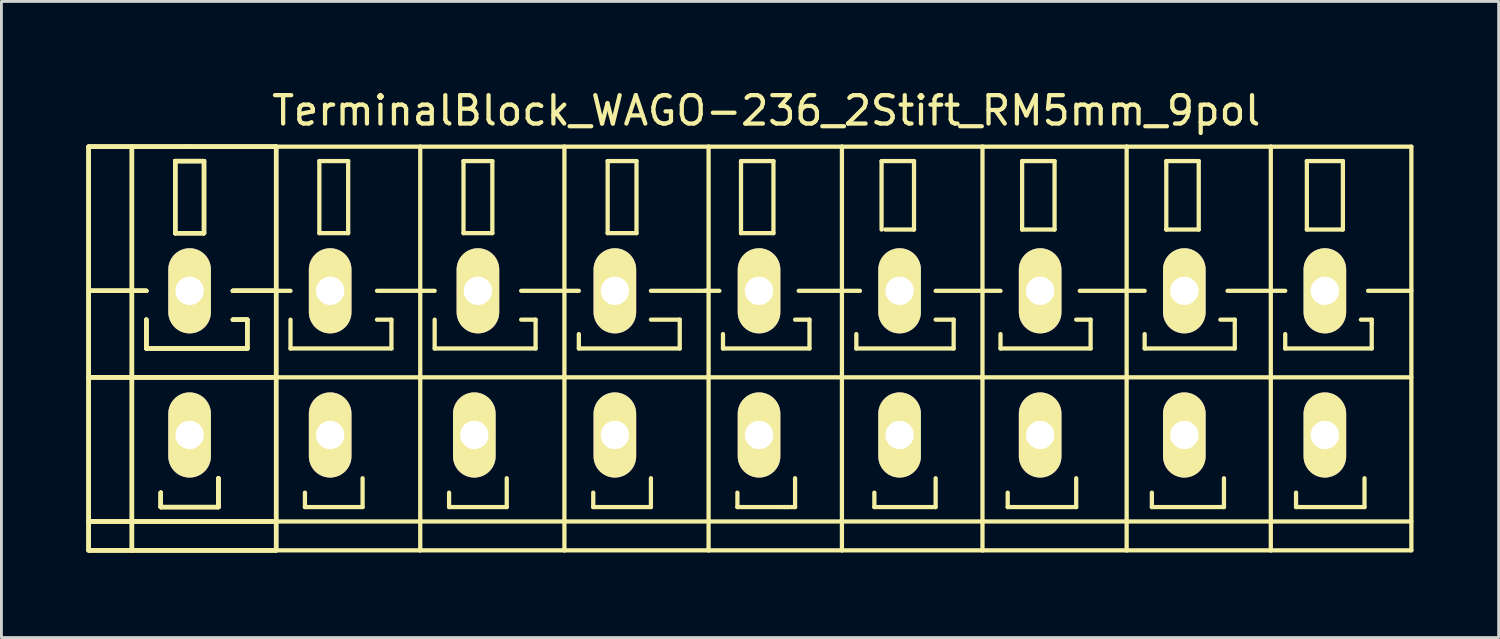
<source format=kicad_pcb>
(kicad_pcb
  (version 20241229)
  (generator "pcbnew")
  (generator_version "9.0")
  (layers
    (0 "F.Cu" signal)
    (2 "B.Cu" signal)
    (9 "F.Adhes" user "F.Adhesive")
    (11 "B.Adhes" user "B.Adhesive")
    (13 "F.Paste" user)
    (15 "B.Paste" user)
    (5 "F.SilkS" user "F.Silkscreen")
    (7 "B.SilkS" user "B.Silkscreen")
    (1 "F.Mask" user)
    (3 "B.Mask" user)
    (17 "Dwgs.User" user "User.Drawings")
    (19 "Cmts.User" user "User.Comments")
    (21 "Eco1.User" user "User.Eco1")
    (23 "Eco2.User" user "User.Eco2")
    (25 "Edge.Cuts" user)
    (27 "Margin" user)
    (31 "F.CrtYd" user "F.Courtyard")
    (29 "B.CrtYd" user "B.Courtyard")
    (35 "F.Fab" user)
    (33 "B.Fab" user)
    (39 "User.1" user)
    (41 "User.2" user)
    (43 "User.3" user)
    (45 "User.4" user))
  (footprint "TerminalBlock_WAGO-236_2Stift_RM5mm_9pol"
    (layer "F.Cu")
    (at 23.951 9.738)
    (property "Reference" "TerminalBlock_WAGO-236_2Stift_RM5mm_9pol" (at 0 -8.89 0) (layer "F.SilkS") (effects (font (size 1 1) (thickness 0.15))))
    (attr through_hole)
    (fp_line (start -23.876 -7.62) (end -22.352 -7.62) (stroke (width 0.15) (type solid)) (layer "F.SilkS"))
    (fp_line (start -23.876 -7.62) (end -22.352 -7.62) (stroke (width 0.15) (type solid)) (layer "F.SilkS"))
    (fp_line (start -23.876 -7.62) (end -22.352 -7.62) (stroke (width 0.15) (type solid)) (layer "F.SilkS"))
    (fp_line (start -23.876 -7.62) (end -22.352 -7.62) (stroke (width 0.15) (type solid)) (layer "F.SilkS"))
    (fp_line (start -23.876 -2.54) (end -21.844 -2.54) (stroke (width 0.15) (type solid)) (layer "F.SilkS"))
    (fp_line (start -23.876 -2.54) (end -21.844 -2.54) (stroke (width 0.15) (type solid)) (layer "F.SilkS"))
    (fp_line (start -23.876 -2.54) (end -21.844 -2.54) (stroke (width 0.15) (type solid)) (layer "F.SilkS"))
    (fp_line (start -23.876 -2.54) (end -21.844 -2.54) (stroke (width 0.15) (type solid)) (layer "F.SilkS"))
    (fp_line (start -23.876 0.508) (end -17.272 0.508) (stroke (width 0.15) (type solid)) (layer "F.SilkS"))
    (fp_line (start -23.876 0.508) (end -17.272 0.508) (stroke (width 0.15) (type solid)) (layer "F.SilkS"))
    (fp_line (start -23.876 0.508) (end -17.272 0.508) (stroke (width 0.15) (type solid)) (layer "F.SilkS"))
    (fp_line (start -23.876 0.508) (end -17.272 0.508) (stroke (width 0.15) (type solid)) (layer "F.SilkS"))
    (fp_line (start -23.876 5.588) (end -17.272 5.588) (stroke (width 0.15) (type solid)) (layer "F.SilkS"))
    (fp_line (start -23.876 5.588) (end -17.272 5.588) (stroke (width 0.15) (type solid)) (layer "F.SilkS"))
    (fp_line (start -23.876 5.588) (end -17.272 5.588) (stroke (width 0.15) (type solid)) (layer "F.SilkS"))
    (fp_line (start -23.876 5.588) (end -17.272 5.588) (stroke (width 0.15) (type solid)) (layer "F.SilkS"))
    (fp_line (start -23.876 6.604) (end -23.876 -7.62) (stroke (width 0.15) (type solid)) (layer "F.SilkS"))
    (fp_line (start -23.876 6.604) (end -23.876 -7.62) (stroke (width 0.15) (type solid)) (layer "F.SilkS"))
    (fp_line (start -23.876 6.604) (end -23.876 -7.62) (stroke (width 0.15) (type solid)) (layer "F.SilkS"))
    (fp_line (start -23.876 6.604) (end -23.876 -7.62) (stroke (width 0.15) (type solid)) (layer "F.SilkS"))
    (fp_line (start -22.352 -7.62) (end -20.32 -7.62) (stroke (width 0.15) (type solid)) (layer "F.SilkS"))
    (fp_line (start -22.352 -7.62) (end -20.32 -7.62) (stroke (width 0.15) (type solid)) (layer "F.SilkS"))
    (fp_line (start -22.352 -7.62) (end -20.32 -7.62) (stroke (width 0.15) (type solid)) (layer "F.SilkS"))
    (fp_line (start -22.352 -7.62) (end -20.32 -7.62) (stroke (width 0.15) (type solid)) (layer "F.SilkS"))
    (fp_line (start -22.352 6.604) (end -23.876 6.604) (stroke (width 0.15) (type solid)) (layer "F.SilkS"))
    (fp_line (start -22.352 6.604) (end -23.876 6.604) (stroke (width 0.15) (type solid)) (layer "F.SilkS"))
    (fp_line (start -22.352 6.604) (end -23.876 6.604) (stroke (width 0.15) (type solid)) (layer "F.SilkS"))
    (fp_line (start -22.352 6.604) (end -23.876 6.604) (stroke (width 0.15) (type solid)) (layer "F.SilkS"))
    (fp_line (start -22.352 6.604) (end -22.352 -7.62) (stroke (width 0.15) (type solid)) (layer "F.SilkS"))
    (fp_line (start -22.352 6.604) (end -22.352 -7.62) (stroke (width 0.15) (type solid)) (layer "F.SilkS"))
    (fp_line (start -22.352 6.604) (end -22.352 -7.62) (stroke (width 0.15) (type solid)) (layer "F.SilkS"))
    (fp_line (start -22.352 6.604) (end -22.352 -7.62) (stroke (width 0.15) (type solid)) (layer "F.SilkS"))
    (fp_line (start -21.844 -1.524) (end -21.844 -0.508) (stroke (width 0.15) (type solid)) (layer "F.SilkS"))
    (fp_line (start -21.844 -1.524) (end -21.844 -0.508) (stroke (width 0.15) (type solid)) (layer "F.SilkS"))
    (fp_line (start -21.844 -1.524) (end -21.844 -0.508) (stroke (width 0.15) (type solid)) (layer "F.SilkS"))
    (fp_line (start -21.844 -1.524) (end -21.844 -0.508) (stroke (width 0.15) (type solid)) (layer "F.SilkS"))
    (fp_line (start -21.844 -0.508) (end -18.288 -0.508) (stroke (width 0.15) (type solid)) (layer "F.SilkS"))
    (fp_line (start -21.844 -0.508) (end -18.288 -0.508) (stroke (width 0.15) (type solid)) (layer "F.SilkS"))
    (fp_line (start -21.844 -0.508) (end -18.288 -0.508) (stroke (width 0.15) (type solid)) (layer "F.SilkS"))
    (fp_line (start -21.844 -0.508) (end -18.288 -0.508) (stroke (width 0.15) (type solid)) (layer "F.SilkS"))
    (fp_line (start -21.336 4.572) (end -21.336 5.08) (stroke (width 0.15) (type solid)) (layer "F.SilkS"))
    (fp_line (start -21.336 4.572) (end -21.336 5.08) (stroke (width 0.15) (type solid)) (layer "F.SilkS"))
    (fp_line (start -21.336 4.572) (end -21.336 5.08) (stroke (width 0.15) (type solid)) (layer "F.SilkS"))
    (fp_line (start -21.336 4.572) (end -21.336 5.08) (stroke (width 0.15) (type solid)) (layer "F.SilkS"))
    (fp_line (start -21.336 5.08) (end -19.304 5.08) (stroke (width 0.15) (type solid)) (layer "F.SilkS"))
    (fp_line (start -21.336 5.08) (end -19.304 5.08) (stroke (width 0.15) (type solid)) (layer "F.SilkS"))
    (fp_line (start -21.336 5.08) (end -19.304 5.08) (stroke (width 0.15) (type solid)) (layer "F.SilkS"))
    (fp_line (start -21.336 5.08) (end -19.304 5.08) (stroke (width 0.15) (type solid)) (layer "F.SilkS"))
    (fp_line (start -20.828 -7.112) (end -19.812 -7.112) (stroke (width 0.15) (type solid)) (layer "F.SilkS"))
    (fp_line (start -20.828 -7.112) (end -19.812 -7.112) (stroke (width 0.15) (type solid)) (layer "F.SilkS"))
    (fp_line (start -20.828 -7.112) (end -19.812 -7.112) (stroke (width 0.15) (type solid)) (layer "F.SilkS"))
    (fp_line (start -20.828 -7.112) (end -19.812 -7.112) (stroke (width 0.15) (type solid)) (layer "F.SilkS"))
    (fp_line (start -20.828 -4.572) (end -20.828 -7.112) (stroke (width 0.15) (type solid)) (layer "F.SilkS"))
    (fp_line (start -20.828 -4.572) (end -20.828 -7.112) (stroke (width 0.15) (type solid)) (layer "F.SilkS"))
    (fp_line (start -20.828 -4.572) (end -20.828 -7.112) (stroke (width 0.15) (type solid)) (layer "F.SilkS"))
    (fp_line (start -20.828 -4.572) (end -20.828 -7.112) (stroke (width 0.15) (type solid)) (layer "F.SilkS"))
    (fp_line (start -20.32 -7.62) (end -17.272 -7.62) (stroke (width 0.15) (type solid)) (layer "F.SilkS"))
    (fp_line (start -20.32 -7.62) (end -17.272 -7.62) (stroke (width 0.15) (type solid)) (layer "F.SilkS"))
    (fp_line (start -20.32 -7.62) (end -17.272 -7.62) (stroke (width 0.15) (type solid)) (layer "F.SilkS"))
    (fp_line (start -20.32 -7.62) (end -17.272 -7.62) (stroke (width 0.15) (type solid)) (layer "F.SilkS"))
    (fp_line (start -19.812 -7.112) (end -19.812 -4.572) (stroke (width 0.15) (type solid)) (layer "F.SilkS"))
    (fp_line (start -19.812 -7.112) (end -19.812 -4.572) (stroke (width 0.15) (type solid)) (layer "F.SilkS"))
    (fp_line (start -19.812 -7.112) (end -19.812 -4.572) (stroke (width 0.15) (type solid)) (layer "F.SilkS"))
    (fp_line (start -19.812 -7.112) (end -19.812 -4.572) (stroke (width 0.15) (type solid)) (layer "F.SilkS"))
    (fp_line (start -19.812 -4.572) (end -20.828 -4.572) (stroke (width 0.15) (type solid)) (layer "F.SilkS"))
    (fp_line (start -19.812 -4.572) (end -20.828 -4.572) (stroke (width 0.15) (type solid)) (layer "F.SilkS"))
    (fp_line (start -19.812 -4.572) (end -20.828 -4.572) (stroke (width 0.15) (type solid)) (layer "F.SilkS"))
    (fp_line (start -19.812 -4.572) (end -20.828 -4.572) (stroke (width 0.15) (type solid)) (layer "F.SilkS"))
    (fp_line (start -19.304 5.08) (end -19.304 4.064) (stroke (width 0.15) (type solid)) (layer "F.SilkS"))
    (fp_line (start -19.304 5.08) (end -19.304 4.064) (stroke (width 0.15) (type solid)) (layer "F.SilkS"))
    (fp_line (start -19.304 5.08) (end -19.304 4.064) (stroke (width 0.15) (type solid)) (layer "F.SilkS"))
    (fp_line (start -19.304 5.08) (end -19.304 4.064) (stroke (width 0.15) (type solid)) (layer "F.SilkS"))
    (fp_line (start -18.796 -2.54) (end -17.272 -2.54) (stroke (width 0.15) (type solid)) (layer "F.SilkS"))
    (fp_line (start -18.796 -2.54) (end -17.272 -2.54) (stroke (width 0.15) (type solid)) (layer "F.SilkS"))
    (fp_line (start -18.796 -2.54) (end -17.272 -2.54) (stroke (width 0.15) (type solid)) (layer "F.SilkS"))
    (fp_line (start -18.796 -2.54) (end -17.272 -2.54) (stroke (width 0.15) (type solid)) (layer "F.SilkS"))
    (fp_line (start -18.288 -1.524) (end -18.796 -1.524) (stroke (width 0.15) (type solid)) (layer "F.SilkS"))
    (fp_line (start -18.288 -1.524) (end -18.796 -1.524) (stroke (width 0.15) (type solid)) (layer "F.SilkS"))
    (fp_line (start -18.288 -1.524) (end -18.796 -1.524) (stroke (width 0.15) (type solid)) (layer "F.SilkS"))
    (fp_line (start -18.288 -1.524) (end -18.796 -1.524) (stroke (width 0.15) (type solid)) (layer "F.SilkS"))
    (fp_line (start -18.288 -0.508) (end -18.288 -1.524) (stroke (width 0.15) (type solid)) (layer "F.SilkS"))
    (fp_line (start -18.288 -0.508) (end -18.288 -1.524) (stroke (width 0.15) (type solid)) (layer "F.SilkS"))
    (fp_line (start -18.288 -0.508) (end -18.288 -1.524) (stroke (width 0.15) (type solid)) (layer "F.SilkS"))
    (fp_line (start -18.288 -0.508) (end -18.288 -1.524) (stroke (width 0.15) (type solid)) (layer "F.SilkS"))
    (fp_line (start -17.272 -7.62) (end -17.272 6.604) (stroke (width 0.15) (type solid)) (layer "F.SilkS"))
    (fp_line (start -17.272 -7.62) (end -17.272 6.604) (stroke (width 0.15) (type solid)) (layer "F.SilkS"))
    (fp_line (start -17.272 -7.62) (end -17.272 6.604) (stroke (width 0.15) (type solid)) (layer "F.SilkS"))
    (fp_line (start -17.272 -7.62) (end -17.272 6.604) (stroke (width 0.15) (type solid)) (layer "F.SilkS"))
    (fp_line (start -17.272 -2.54) (end -16.764 -2.54) (stroke (width 0.15) (type solid)) (layer "F.SilkS"))
    (fp_line (start -17.272 0.508) (end -12.192 0.508) (stroke (width 0.15) (type solid)) (layer "F.SilkS"))
    (fp_line (start -17.272 5.588) (end -12.192 5.588) (stroke (width 0.15) (type solid)) (layer "F.SilkS"))
    (fp_line (start -17.272 6.604) (end -22.352 6.604) (stroke (width 0.15) (type solid)) (layer "F.SilkS"))
    (fp_line (start -17.272 6.604) (end -22.352 6.604) (stroke (width 0.15) (type solid)) (layer "F.SilkS"))
    (fp_line (start -17.272 6.604) (end -22.352 6.604) (stroke (width 0.15) (type solid)) (layer "F.SilkS"))
    (fp_line (start -17.272 6.604) (end -22.352 6.604) (stroke (width 0.15) (type solid)) (layer "F.SilkS"))
    (fp_line (start -17.272 6.604) (end -12.192 6.604) (stroke (width 0.15) (type solid)) (layer "F.SilkS"))
    (fp_line (start -16.764 -1.524) (end -16.764 -0.508) (stroke (width 0.15) (type solid)) (layer "F.SilkS"))
    (fp_line (start -16.764 -0.508) (end -13.208 -0.508) (stroke (width 0.15) (type solid)) (layer "F.SilkS"))
    (fp_line (start -16.256 4.572) (end -16.256 5.08) (stroke (width 0.15) (type solid)) (layer "F.SilkS"))
    (fp_line (start -16.256 5.08) (end -14.224 5.08) (stroke (width 0.15) (type solid)) (layer "F.SilkS"))
    (fp_line (start -15.748 -7.112) (end -15.748 -4.572) (stroke (width 0.15) (type solid)) (layer "F.SilkS"))
    (fp_line (start -15.748 -4.572) (end -14.732 -4.572) (stroke (width 0.15) (type solid)) (layer "F.SilkS"))
    (fp_line (start -14.732 -7.112) (end -15.748 -7.112) (stroke (width 0.15) (type solid)) (layer "F.SilkS"))
    (fp_line (start -14.732 -4.572) (end -14.732 -7.112) (stroke (width 0.15) (type solid)) (layer "F.SilkS"))
    (fp_line (start -14.224 5.08) (end -14.224 4.064) (stroke (width 0.15) (type solid)) (layer "F.SilkS"))
    (fp_line (start -13.716 -2.54) (end -12.192 -2.54) (stroke (width 0.15) (type solid)) (layer "F.SilkS"))
    (fp_line (start -13.208 -1.524) (end -13.716 -1.524) (stroke (width 0.15) (type solid)) (layer "F.SilkS"))
    (fp_line (start -13.208 -0.508) (end -13.208 -1.524) (stroke (width 0.15) (type solid)) (layer "F.SilkS"))
    (fp_line (start -12.192 -7.62) (end -17.272 -7.62) (stroke (width 0.15) (type solid)) (layer "F.SilkS"))
    (fp_line (start -12.192 -2.54) (end -11.684 -2.54) (stroke (width 0.15) (type solid)) (layer "F.SilkS"))
    (fp_line (start -12.192 0.508) (end -7.112 0.508) (stroke (width 0.15) (type solid)) (layer "F.SilkS"))
    (fp_line (start -12.192 5.588) (end -7.112 5.588) (stroke (width 0.15) (type solid)) (layer "F.SilkS"))
    (fp_line (start -12.192 6.604) (end -12.192 -7.62) (stroke (width 0.15) (type solid)) (layer "F.SilkS"))
    (fp_line (start -12.192 6.604) (end -7.112 6.604) (stroke (width 0.15) (type solid)) (layer "F.SilkS"))
    (fp_line (start -11.684 -1.524) (end -11.684 -0.508) (stroke (width 0.15) (type solid)) (layer "F.SilkS"))
    (fp_line (start -11.684 -0.508) (end -8.128 -0.508) (stroke (width 0.15) (type solid)) (layer "F.SilkS"))
    (fp_line (start -11.176 4.572) (end -11.176 5.08) (stroke (width 0.15) (type solid)) (layer "F.SilkS"))
    (fp_line (start -11.176 5.08) (end -9.144 5.08) (stroke (width 0.15) (type solid)) (layer "F.SilkS"))
    (fp_line (start -10.668 -7.112) (end -10.668 -4.572) (stroke (width 0.15) (type solid)) (layer "F.SilkS"))
    (fp_line (start -10.668 -4.572) (end -9.652 -4.572) (stroke (width 0.15) (type solid)) (layer "F.SilkS"))
    (fp_line (start -9.652 -7.112) (end -10.668 -7.112) (stroke (width 0.15) (type solid)) (layer "F.SilkS"))
    (fp_line (start -9.652 -4.572) (end -9.652 -7.112) (stroke (width 0.15) (type solid)) (layer "F.SilkS"))
    (fp_line (start -9.144 5.08) (end -9.144 4.064) (stroke (width 0.15) (type solid)) (layer "F.SilkS"))
    (fp_line (start -8.636 -2.54) (end -7.112 -2.54) (stroke (width 0.15) (type solid)) (layer "F.SilkS"))
    (fp_line (start -8.128 -1.524) (end -8.636 -1.524) (stroke (width 0.15) (type solid)) (layer "F.SilkS"))
    (fp_line (start -8.128 -0.508) (end -8.128 -1.524) (stroke (width 0.15) (type solid)) (layer "F.SilkS"))
    (fp_line (start -7.112 -7.62) (end -12.192 -7.62) (stroke (width 0.15) (type solid)) (layer "F.SilkS"))
    (fp_line (start -7.112 -2.54) (end -6.604 -2.54) (stroke (width 0.15) (type solid)) (layer "F.SilkS"))
    (fp_line (start -7.112 0.508) (end -2.032 0.508) (stroke (width 0.15) (type solid)) (layer "F.SilkS"))
    (fp_line (start -7.112 5.588) (end -2.032 5.588) (stroke (width 0.15) (type solid)) (layer "F.SilkS"))
    (fp_line (start -7.112 6.604) (end -7.112 -7.62) (stroke (width 0.15) (type solid)) (layer "F.SilkS"))
    (fp_line (start -7.112 6.604) (end -2.032 6.604) (stroke (width 0.15) (type solid)) (layer "F.SilkS"))
    (fp_line (start -6.604 -1.016) (end -6.604 -0.508) (stroke (width 0.15) (type solid)) (layer "F.SilkS"))
    (fp_line (start -6.604 -0.508) (end -3.048 -0.508) (stroke (width 0.15) (type solid)) (layer "F.SilkS"))
    (fp_line (start -6.096 4.572) (end -6.096 5.08) (stroke (width 0.15) (type solid)) (layer "F.SilkS"))
    (fp_line (start -6.096 5.08) (end -4.064 5.08) (stroke (width 0.15) (type solid)) (layer "F.SilkS"))
    (fp_line (start -5.588 -7.112) (end -5.588 -4.572) (stroke (width 0.15) (type solid)) (layer "F.SilkS"))
    (fp_line (start -5.588 -4.572) (end -4.572 -4.572) (stroke (width 0.15) (type solid)) (layer "F.SilkS"))
    (fp_line (start -4.572 -7.112) (end -5.588 -7.112) (stroke (width 0.15) (type solid)) (layer "F.SilkS"))
    (fp_line (start -4.572 -4.572) (end -4.572 -7.112) (stroke (width 0.15) (type solid)) (layer "F.SilkS"))
    (fp_line (start -4.064 -2.54) (end -2.032 -2.54) (stroke (width 0.15) (type solid)) (layer "F.SilkS"))
    (fp_line (start -4.064 5.08) (end -4.064 4.064) (stroke (width 0.15) (type solid)) (layer "F.SilkS"))
    (fp_line (start -3.048 -1.524) (end -4.064 -1.524) (stroke (width 0.15) (type solid)) (layer "F.SilkS"))
    (fp_line (start -3.048 -0.508) (end -3.048 -1.524) (stroke (width 0.15) (type solid)) (layer "F.SilkS"))
    (fp_line (start -2.159 -2.54) (end -1.651 -2.54) (stroke (width 0.15) (type solid)) (layer "F.SilkS"))
    (fp_line (start -2.032 -7.62) (end -7.112 -7.62) (stroke (width 0.15) (type solid)) (layer "F.SilkS"))
    (fp_line (start -2.032 0.508) (end 2.667 0.508) (stroke (width 0.15) (type solid)) (layer "F.SilkS"))
    (fp_line (start -2.032 5.588) (end 2.667 5.588) (stroke (width 0.15) (type solid)) (layer "F.SilkS"))
    (fp_line (start -2.032 6.604) (end -2.032 -7.62) (stroke (width 0.15) (type solid)) (layer "F.SilkS"))
    (fp_line (start -2.032 6.604) (end 2.667 6.604) (stroke (width 0.15) (type solid)) (layer "F.SilkS"))
    (fp_line (start -1.524 -1.016) (end -1.524 -0.508) (stroke (width 0.15) (type solid)) (layer "F.SilkS"))
    (fp_line (start -1.524 -0.508) (end 1.524 -0.508) (stroke (width 0.15) (type solid)) (layer "F.SilkS"))
    (fp_line (start -1.016 4.572) (end -1.016 5.08) (stroke (width 0.15) (type solid)) (layer "F.SilkS"))
    (fp_line (start -1.016 5.08) (end 0.635 5.08) (stroke (width 0.15) (type solid)) (layer "F.SilkS"))
    (fp_line (start -0.889 -7.112) (end 0.254 -7.112) (stroke (width 0.15) (type solid)) (layer "F.SilkS"))
    (fp_line (start -0.889 -4.572) (end -0.889 -7.112) (stroke (width 0.15) (type solid)) (layer "F.SilkS"))
    (fp_line (start 0.254 -7.112) (end 0.254 -4.572) (stroke (width 0.15) (type solid)) (layer "F.SilkS"))
    (fp_line (start 0.254 -4.572) (end -0.889 -4.572) (stroke (width 0.15) (type solid)) (layer "F.SilkS"))
    (fp_line (start 0.635 5.08) (end 0.762 5.08) (stroke (width 0.15) (type solid)) (layer "F.SilkS"))
    (fp_line (start 0.762 5.08) (end 1.016 5.08) (stroke (width 0.15) (type solid)) (layer "F.SilkS"))
    (fp_line (start 1.016 5.08) (end 1.016 4.064) (stroke (width 0.15) (type solid)) (layer "F.SilkS"))
    (fp_line (start 1.143 -2.54) (end 2.667 -2.54) (stroke (width 0.15) (type solid)) (layer "F.SilkS"))
    (fp_line (start 1.524 -1.524) (end 1.016 -1.524) (stroke (width 0.15) (type solid)) (layer "F.SilkS"))
    (fp_line (start 1.524 -0.508) (end 1.524 -1.524) (stroke (width 0.15) (type solid)) (layer "F.SilkS"))
    (fp_line (start 2.667 -7.62) (end -2.032 -7.62) (stroke (width 0.15) (type solid)) (layer "F.SilkS"))
    (fp_line (start 2.667 -2.54) (end 3.302 -2.54) (stroke (width 0.15) (type solid)) (layer "F.SilkS"))
    (fp_line (start 2.667 0.508) (end 7.62 0.508) (stroke (width 0.15) (type solid)) (layer "F.SilkS"))
    (fp_line (start 2.667 5.588) (end 7.62 5.588) (stroke (width 0.15) (type solid)) (layer "F.SilkS"))
    (fp_line (start 2.667 6.604) (end 2.667 -7.62) (stroke (width 0.15) (type solid)) (layer "F.SilkS"))
    (fp_line (start 2.667 6.604) (end 7.62 6.604) (stroke (width 0.15) (type solid)) (layer "F.SilkS"))
    (fp_line (start 3.175 -1.016) (end 3.175 -0.508) (stroke (width 0.15) (type solid)) (layer "F.SilkS"))
    (fp_line (start 3.175 -0.508) (end 6.604 -0.508) (stroke (width 0.15) (type solid)) (layer "F.SilkS"))
    (fp_line (start 3.81 4.572) (end 3.81 5.08) (stroke (width 0.15) (type solid)) (layer "F.SilkS"))
    (fp_line (start 3.81 5.08) (end 5.969 5.08) (stroke (width 0.15) (type solid)) (layer "F.SilkS"))
    (fp_line (start 4.064 -7.112) (end 4.064 -4.699) (stroke (width 0.15) (type solid)) (layer "F.SilkS"))
    (fp_line (start 4.191 -4.699) (end 5.207 -4.699) (stroke (width 0.15) (type solid)) (layer "F.SilkS"))
    (fp_line (start 5.207 -7.112) (end 4.064 -7.112) (stroke (width 0.15) (type solid)) (layer "F.SilkS"))
    (fp_line (start 5.207 -4.699) (end 5.207 -7.112) (stroke (width 0.15) (type solid)) (layer "F.SilkS"))
    (fp_line (start 5.969 -2.54) (end 7.62 -2.54) (stroke (width 0.15) (type solid)) (layer "F.SilkS"))
    (fp_line (start 5.969 5.08) (end 5.969 4.064) (stroke (width 0.15) (type solid)) (layer "F.SilkS"))
    (fp_line (start 6.604 -1.524) (end 5.969 -1.524) (stroke (width 0.15) (type solid)) (layer "F.SilkS"))
    (fp_line (start 6.604 -0.508) (end 6.604 -1.524) (stroke (width 0.15) (type solid)) (layer "F.SilkS"))
    (fp_line (start 7.62 -7.62) (end 2.667 -7.62) (stroke (width 0.15) (type solid)) (layer "F.SilkS"))
    (fp_line (start 7.62 -2.54) (end 8.255 -2.54) (stroke (width 0.15) (type solid)) (layer "F.SilkS"))
    (fp_line (start 7.62 0.508) (end 12.7 0.508) (stroke (width 0.15) (type solid)) (layer "F.SilkS"))
    (fp_line (start 7.62 5.588) (end 12.7 5.588) (stroke (width 0.15) (type solid)) (layer "F.SilkS"))
    (fp_line (start 7.62 6.604) (end 7.62 -7.62) (stroke (width 0.15) (type solid)) (layer "F.SilkS"))
    (fp_line (start 7.62 6.604) (end 12.7 6.604) (stroke (width 0.15) (type solid)) (layer "F.SilkS"))
    (fp_line (start 8.255 -1.016) (end 8.255 -0.508) (stroke (width 0.15) (type solid)) (layer "F.SilkS"))
    (fp_line (start 8.255 -0.508) (end 11.43 -0.508) (stroke (width 0.15) (type solid)) (layer "F.SilkS"))
    (fp_line (start 8.509 4.572) (end 8.509 5.08) (stroke (width 0.15) (type solid)) (layer "F.SilkS"))
    (fp_line (start 8.509 5.08) (end 10.922 5.08) (stroke (width 0.15) (type solid)) (layer "F.SilkS"))
    (fp_line (start 9.017 -7.112) (end 9.017 -4.699) (stroke (width 0.15) (type solid)) (layer "F.SilkS"))
    (fp_line (start 9.017 -4.699) (end 10.16 -4.699) (stroke (width 0.15) (type solid)) (layer "F.SilkS"))
    (fp_line (start 10.16 -7.112) (end 9.017 -7.112) (stroke (width 0.15) (type solid)) (layer "F.SilkS"))
    (fp_line (start 10.16 -4.699) (end 10.16 -7.112) (stroke (width 0.15) (type solid)) (layer "F.SilkS"))
    (fp_line (start 10.922 5.08) (end 10.922 4.064) (stroke (width 0.15) (type solid)) (layer "F.SilkS"))
    (fp_line (start 11.049 -2.54) (end 12.7 -2.54) (stroke (width 0.15) (type solid)) (layer "F.SilkS"))
    (fp_line (start 11.43 -1.524) (end 10.922 -1.524) (stroke (width 0.15) (type solid)) (layer "F.SilkS"))
    (fp_line (start 11.43 -0.508) (end 11.43 -1.524) (stroke (width 0.15) (type solid)) (layer "F.SilkS"))
    (fp_line (start 12.7 -7.62) (end 7.62 -7.62) (stroke (width 0.15) (type solid)) (layer "F.SilkS"))
    (fp_line (start 12.7 -2.54) (end 13.335 -2.54) (stroke (width 0.15) (type solid)) (layer "F.SilkS"))
    (fp_line (start 12.7 0.508) (end 17.78 0.508) (stroke (width 0.15) (type solid)) (layer "F.SilkS"))
    (fp_line (start 12.7 5.588) (end 17.78 5.588) (stroke (width 0.15) (type solid)) (layer "F.SilkS"))
    (fp_line (start 12.7 6.604) (end 12.7 -7.62) (stroke (width 0.15) (type solid)) (layer "F.SilkS"))
    (fp_line (start 12.7 6.604) (end 17.78 6.604) (stroke (width 0.15) (type solid)) (layer "F.SilkS"))
    (fp_line (start 13.335 -1.016) (end 13.335 -0.508) (stroke (width 0.15) (type solid)) (layer "F.SilkS"))
    (fp_line (start 13.335 -0.508) (end 16.51 -0.508) (stroke (width 0.15) (type solid)) (layer "F.SilkS"))
    (fp_line (start 13.589 4.572) (end 13.589 5.08) (stroke (width 0.15) (type solid)) (layer "F.SilkS"))
    (fp_line (start 13.589 5.08) (end 16.129 5.08) (stroke (width 0.15) (type solid)) (layer "F.SilkS"))
    (fp_line (start 14.097 -7.112) (end 14.097 -4.699) (stroke (width 0.15) (type solid)) (layer "F.SilkS"))
    (fp_line (start 14.097 -4.699) (end 15.24 -4.699) (stroke (width 0.15) (type solid)) (layer "F.SilkS"))
    (fp_line (start 15.24 -7.112) (end 14.097 -7.112) (stroke (width 0.15) (type solid)) (layer "F.SilkS"))
    (fp_line (start 15.24 -4.699) (end 15.24 -7.112) (stroke (width 0.15) (type solid)) (layer "F.SilkS"))
    (fp_line (start 16.129 5.08) (end 16.129 4.064) (stroke (width 0.15) (type solid)) (layer "F.SilkS"))
    (fp_line (start 16.256 -2.54) (end 17.78 -2.54) (stroke (width 0.15) (type solid)) (layer "F.SilkS"))
    (fp_line (start 16.51 -1.524) (end 16.002 -1.524) (stroke (width 0.15) (type solid)) (layer "F.SilkS"))
    (fp_line (start 16.51 -0.508) (end 16.51 -1.524) (stroke (width 0.15) (type solid)) (layer "F.SilkS"))
    (fp_line (start 17.78 -7.62) (end 12.7 -7.62) (stroke (width 0.15) (type solid)) (layer "F.SilkS"))
    (fp_line (start 17.78 -2.54) (end 18.288 -2.54) (stroke (width 0.15) (type solid)) (layer "F.SilkS"))
    (fp_line (start 17.78 0.508) (end 22.733 0.508) (stroke (width 0.15) (type solid)) (layer "F.SilkS"))
    (fp_line (start 17.78 5.588) (end 22.733 5.588) (stroke (width 0.15) (type solid)) (layer "F.SilkS"))
    (fp_line (start 17.78 6.604) (end 17.78 -7.62) (stroke (width 0.15) (type solid)) (layer "F.SilkS"))
    (fp_line (start 17.78 6.604) (end 22.733 6.604) (stroke (width 0.15) (type solid)) (layer "F.SilkS"))
    (fp_line (start 18.288 -1.016) (end 18.288 -0.508) (stroke (width 0.15) (type solid)) (layer "F.SilkS"))
    (fp_line (start 18.288 -0.508) (end 21.336 -0.508) (stroke (width 0.15) (type solid)) (layer "F.SilkS"))
    (fp_line (start 18.669 4.572) (end 18.669 5.08) (stroke (width 0.15) (type solid)) (layer "F.SilkS"))
    (fp_line (start 18.669 5.08) (end 21.082 5.08) (stroke (width 0.15) (type solid)) (layer "F.SilkS"))
    (fp_line (start 19.05 -7.112) (end 19.05 -4.699) (stroke (width 0.15) (type solid)) (layer "F.SilkS"))
    (fp_line (start 19.05 -4.699) (end 20.32 -4.699) (stroke (width 0.15) (type solid)) (layer "F.SilkS"))
    (fp_line (start 20.32 -7.112) (end 19.05 -7.112) (stroke (width 0.15) (type solid)) (layer "F.SilkS"))
    (fp_line (start 20.32 -4.699) (end 20.32 -7.112) (stroke (width 0.15) (type solid)) (layer "F.SilkS"))
    (fp_line (start 21.082 5.08) (end 21.082 4.064) (stroke (width 0.15) (type solid)) (layer "F.SilkS"))
    (fp_line (start 21.209 -2.54) (end 22.733 -2.54) (stroke (width 0.15) (type solid)) (layer "F.SilkS"))
    (fp_line (start 21.336 -1.524) (end 20.955 -1.524) (stroke (width 0.15) (type solid)) (layer "F.SilkS"))
    (fp_line (start 21.336 -1.397) (end 21.336 -1.524) (stroke (width 0.15) (type solid)) (layer "F.SilkS"))
    (fp_line (start 21.336 -0.508) (end 21.336 -1.397) (stroke (width 0.15) (type solid)) (layer "F.SilkS"))
    (fp_line (start 22.733 -7.62) (end 17.78 -7.62) (stroke (width 0.15) (type solid)) (layer "F.SilkS"))
    (fp_line (start 22.733 6.604) (end 22.733 -7.62) (stroke (width 0.15) (type solid)) (layer "F.SilkS"))
    (pad "1" thru_hole oval (at -20.32 -2.54 90) (size 3 1.501) (drill 1.001) (layers "*.Cu" "*.Mask" "F.SilkS"))
    (pad "1" thru_hole oval (at -20.32 2.54 90) (size 3 1.501) (drill 1.001) (layers "*.Cu" "*.Mask" "F.SilkS"))
    (pad "2" thru_hole oval (at -15.367 -2.54 90) (size 3 1.501) (drill 1.001) (layers "*.Cu" "*.Mask" "F.SilkS"))
    (pad "2" thru_hole oval (at -15.367 2.54 90) (size 3 1.501) (drill 1.001) (layers "*.Cu" "*.Mask" "F.SilkS"))
    (pad "3" thru_hole oval (at -10.287 2.54 90) (size 3 1.501) (drill 1.001) (layers "*.Cu" "*.Mask" "F.SilkS"))
    (pad "3" thru_hole oval (at -10.16 -2.54 90) (size 3 1.501) (drill 1.001) (layers "*.Cu" "*.Mask" "F.SilkS"))
    (pad "4" thru_hole oval (at -5.334 -2.54 90) (size 3 1.501) (drill 1.001) (layers "*.Cu" "*.Mask" "F.SilkS"))
    (pad "4" thru_hole oval (at -5.334 2.54 90) (size 3 1.501) (drill 1.001) (layers "*.Cu" "*.Mask" "F.SilkS"))
    (pad "5" thru_hole oval (at -0.254 -2.54 90) (size 3 1.501) (drill 1.001) (layers "*.Cu" "*.Mask" "F.SilkS"))
    (pad "5" thru_hole oval (at -0.254 2.54 90) (size 3 1.501) (drill 1.001) (layers "*.Cu" "*.Mask" "F.SilkS"))
    (pad "6" thru_hole oval (at 4.699 -2.54 90) (size 3 1.501) (drill 1.001) (layers "*.Cu" "*.Mask" "F.SilkS"))
    (pad "6" thru_hole oval (at 4.699 2.54 90) (size 3 1.501) (drill 1.001) (layers "*.Cu" "*.Mask" "F.SilkS"))
    (pad "7" thru_hole oval (at 9.652 -2.54 90) (size 3 1.501) (drill 1.001) (layers "*.Cu" "*.Mask" "F.SilkS"))
    (pad "7" thru_hole oval (at 9.652 2.54 90) (size 3 1.501) (drill 1.001) (layers "*.Cu" "*.Mask" "F.SilkS"))
    (pad "8" thru_hole oval (at 14.732 -2.54 90) (size 3 1.501) (drill 1.001) (layers "*.Cu" "*.Mask" "F.SilkS"))
    (pad "8" thru_hole oval (at 14.732 2.54 90) (size 3 1.501) (drill 1.001) (layers "*.Cu" "*.Mask" "F.SilkS"))
    (pad "9" thru_hole oval (at 19.685 -2.54 90) (size 3 1.501) (drill 1.001) (layers "*.Cu" "*.Mask" "F.SilkS"))
    (pad "9" thru_hole oval (at 19.685 2.54 90) (size 3 1.501) (drill 1.001) (layers "*.Cu" "*.Mask" "F.SilkS")))
  (gr_rect
    (start -3 -3)
    (end 49.759 19.417)
    (stroke (width 0.1) (type default))
    (fill no)
    (layer "Edge.Cuts")))
</source>
